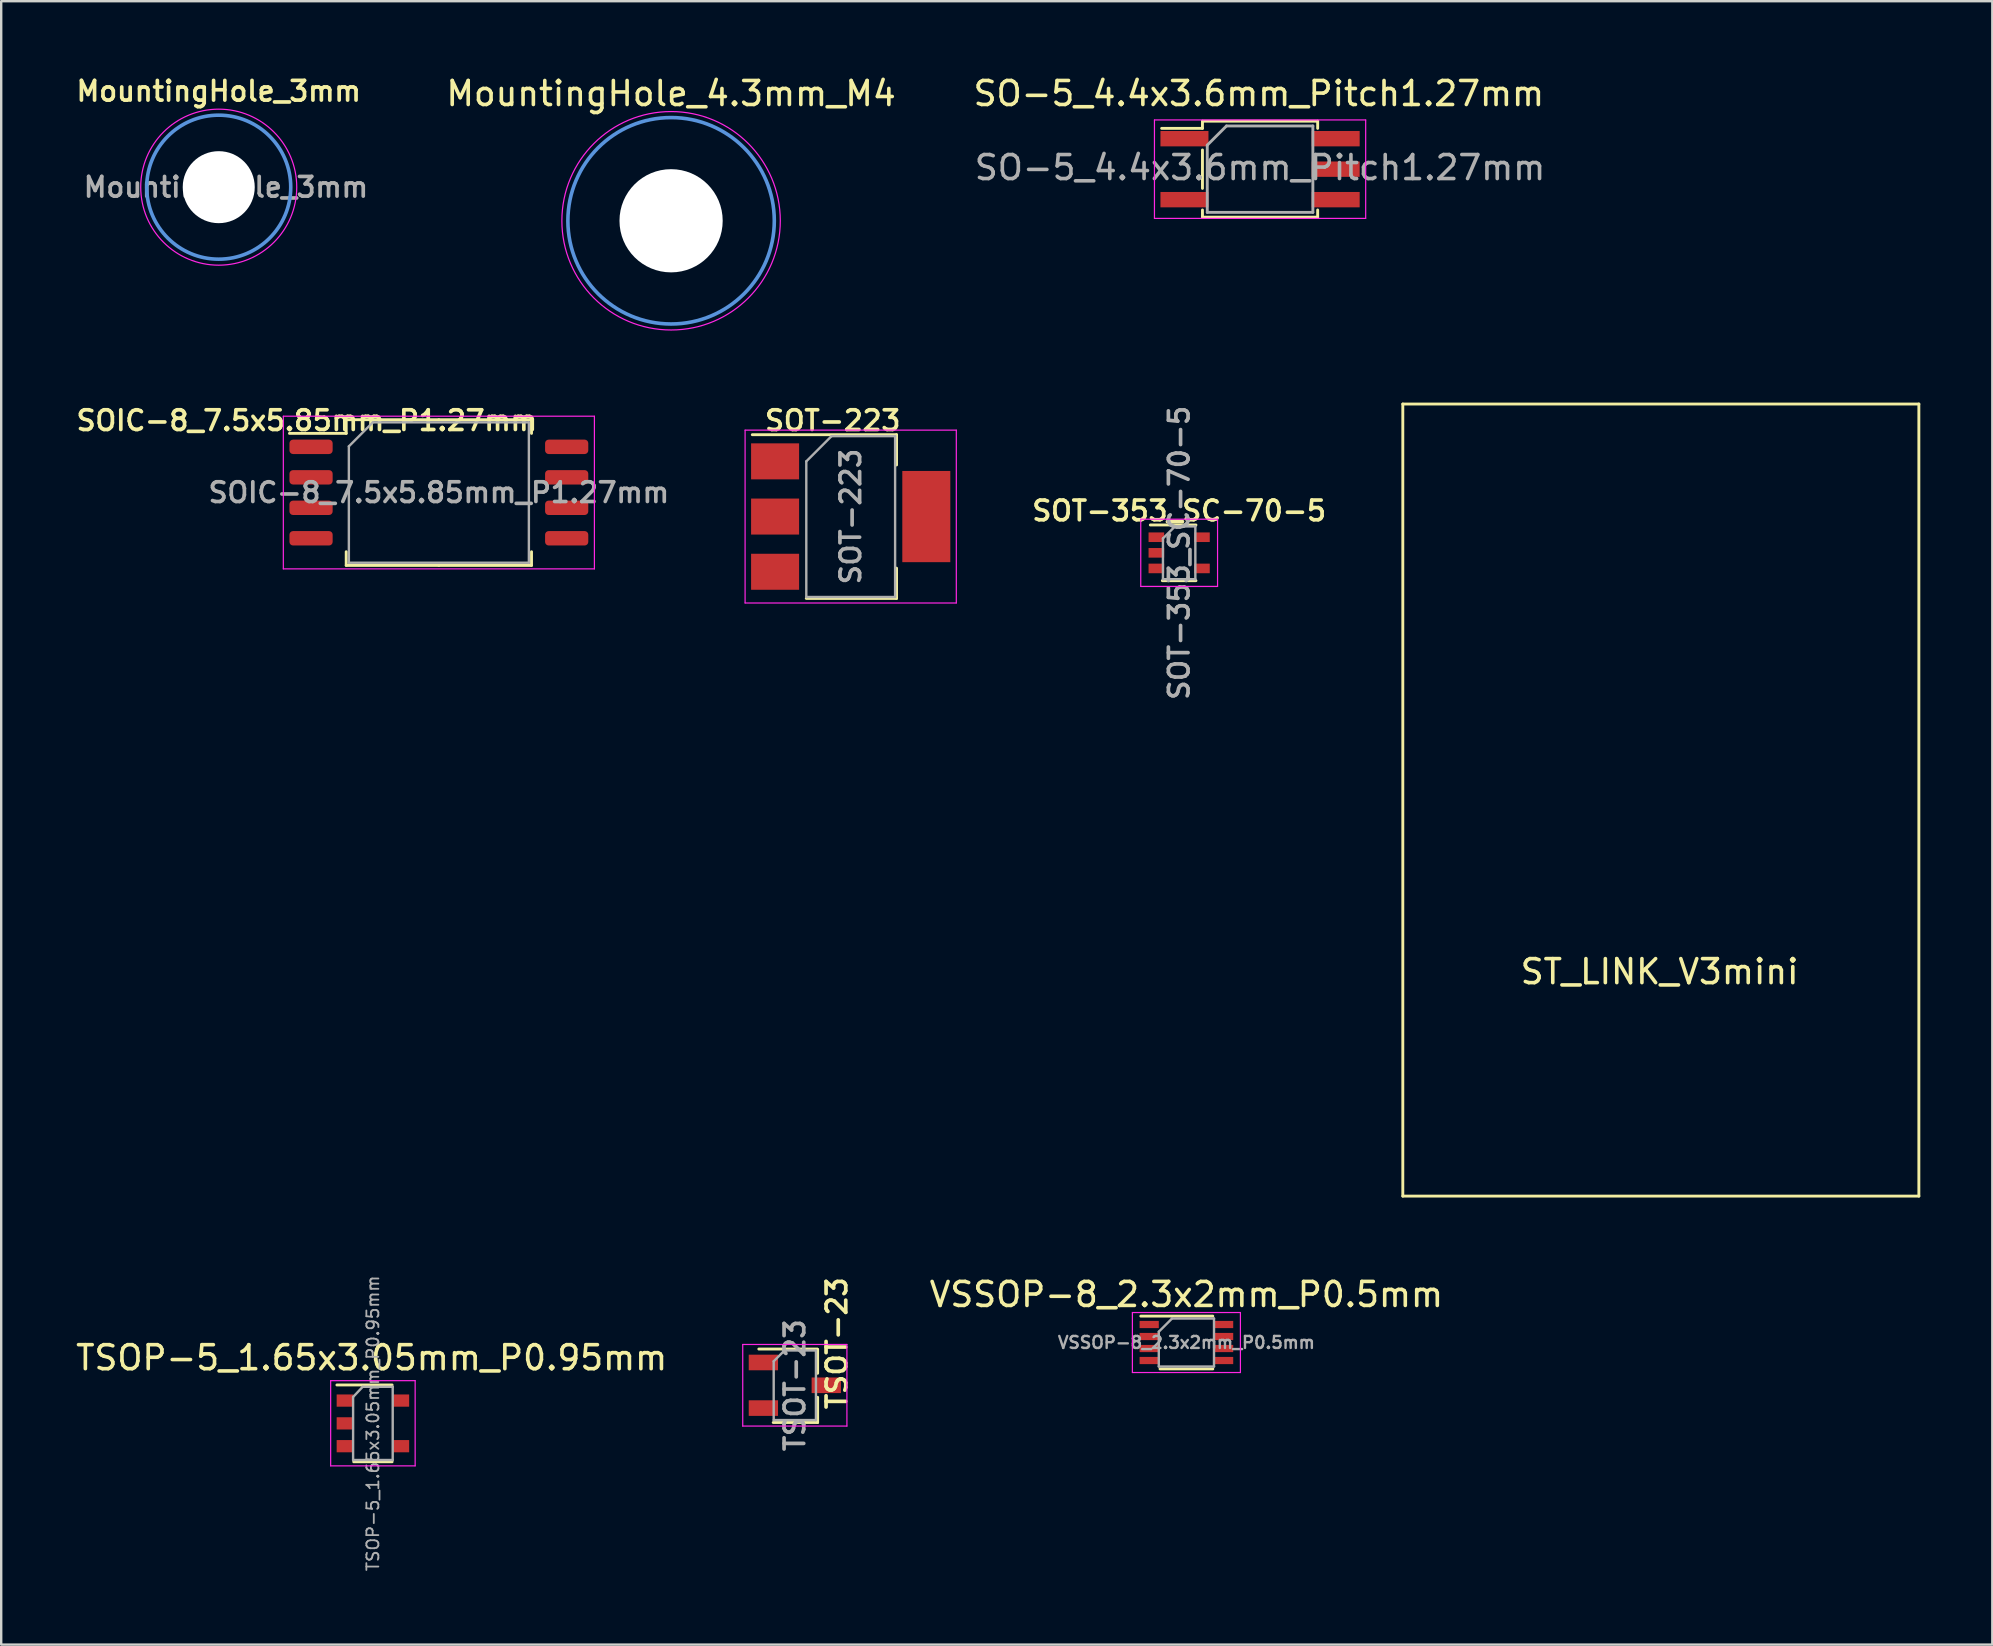
<source format=kicad_pcb>
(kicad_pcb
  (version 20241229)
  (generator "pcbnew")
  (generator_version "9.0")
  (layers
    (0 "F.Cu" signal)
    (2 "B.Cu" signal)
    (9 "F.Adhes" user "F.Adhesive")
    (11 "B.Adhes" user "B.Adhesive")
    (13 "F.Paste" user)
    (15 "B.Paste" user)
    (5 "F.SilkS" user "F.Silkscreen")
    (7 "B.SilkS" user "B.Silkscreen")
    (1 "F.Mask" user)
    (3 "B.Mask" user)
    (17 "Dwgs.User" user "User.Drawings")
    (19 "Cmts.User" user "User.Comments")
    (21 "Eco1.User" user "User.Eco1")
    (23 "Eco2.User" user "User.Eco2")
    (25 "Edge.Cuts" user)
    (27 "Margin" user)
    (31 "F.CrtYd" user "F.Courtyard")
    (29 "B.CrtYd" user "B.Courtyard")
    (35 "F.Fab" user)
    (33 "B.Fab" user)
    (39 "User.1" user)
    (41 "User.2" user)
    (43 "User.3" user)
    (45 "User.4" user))
  (footprint "SO-5_4.4x3.6mm_Pitch1.27mm"
    (layer "F.Cu")
    (at 49.447 3.998)
    (property "Reference" "SO-5_4.4x3.6mm_Pitch1.27mm" (at -0.05 -3.15 0) (layer "F.SilkS") (effects (font (size 1 1) (thickness 0.15))))
    (attr smd)
    (fp_line (start -2.4 -2) (end 2.4 -2) (stroke (width 0.12) (type solid)) (layer "F.SilkS"))
    (fp_line (start -2.4 -1.7) (end -4.1 -1.7) (stroke (width 0.12) (type solid)) (layer "F.SilkS"))
    (fp_line (start -2.4 -1.7) (end -2.4 -2) (stroke (width 0.12) (type solid)) (layer "F.SilkS"))
    (fp_line (start -2.4 0.8) (end -2.4 -0.8) (stroke (width 0.12) (type solid)) (layer "F.SilkS"))
    (fp_line (start -2.4 2) (end -2.4 1.7) (stroke (width 0.12) (type solid)) (layer "F.SilkS"))
    (fp_line (start 2.4 -2) (end 2.4 -1.7) (stroke (width 0.12) (type solid)) (layer "F.SilkS"))
    (fp_line (start 2.4 1.7) (end 2.4 2) (stroke (width 0.12) (type solid)) (layer "F.SilkS"))
    (fp_line (start 2.4 2) (end -2.4 2) (stroke (width 0.12) (type solid)) (layer "F.SilkS"))
    (fp_line (start -4.4 -2.05) (end -4.4 2.05) (stroke (width 0.05) (type solid)) (layer "F.CrtYd"))
    (fp_line (start -4.4 -2.05) (end 4.4 -2.05) (stroke (width 0.05) (type solid)) (layer "F.CrtYd"))
    (fp_line (start 4.4 2.05) (end -4.4 2.05) (stroke (width 0.05) (type solid)) (layer "F.CrtYd"))
    (fp_line (start 4.4 2.05) (end 4.4 -2.05) (stroke (width 0.05) (type solid)) (layer "F.CrtYd"))
    (fp_line (start -2.2 -1) (end -1.4 -1.8) (stroke (width 0.12) (type solid)) (layer "F.Fab"))
    (fp_line (start -2.2 1.8) (end -2.2 -1) (stroke (width 0.12) (type solid)) (layer "F.Fab"))
    (fp_line (start -1.4 -1.8) (end 2.2 -1.8) (stroke (width 0.12) (type solid)) (layer "F.Fab"))
    (fp_line (start 2.2 -1.8) (end 2.2 1.8) (stroke (width 0.12) (type solid)) (layer "F.Fab"))
    (fp_line (start 2.2 1.8) (end -2.2 1.8) (stroke (width 0.12) (type solid)) (layer "F.Fab"))
    (fp_text user "${REFERENCE}" (at 0 -0.065 0) (layer "F.Fab") (effects (font (size 1 1) (thickness 0.15))))
    (pad "1" smd rect (at -3.15 -1.27) (size 2 0.64) (layers "F.Cu" "F.Mask" "F.Paste"))
    (pad "3" smd rect (at -3.15 1.27) (size 2 0.64) (layers "F.Cu" "F.Mask" "F.Paste"))
    (pad "4" smd rect (at 3.15 1.27) (size 2 0.64) (layers "F.Cu" "F.Mask" "F.Paste"))
    (pad "5" smd rect (at 3.15 0) (size 2 0.64) (layers "F.Cu" "F.Mask" "F.Paste"))
    (pad "6" smd rect (at 3.15 -1.27) (size 2 0.64) (layers "F.Cu" "F.Mask" "F.Paste")))
  (footprint "SOIC-8_7.5x5.85mm_P1.27mm"
    (layer "F.Cu")
    (at 15.234 17.471)
    (property "Reference" "SOIC-8_7.5x5.85mm_P1.27mm" (at -5.5 -3 0) (layer "F.SilkS") (effects (font (size 0.82 0.82) (thickness 0.153))))
    (attr smd)
    (fp_line (start -3.86 -3.035) (end -3.86 -2.465) (stroke (width 0.12) (type solid)) (layer "F.SilkS"))
    (fp_line (start -3.86 -2.465) (end -6.225 -2.465) (stroke (width 0.12) (type solid)) (layer "F.SilkS"))
    (fp_line (start -3.86 3.035) (end -3.86 2.465) (stroke (width 0.12) (type solid)) (layer "F.SilkS"))
    (fp_line (start 0 -3.035) (end -3.86 -3.035) (stroke (width 0.12) (type solid)) (layer "F.SilkS"))
    (fp_line (start 0 -3.035) (end 3.86 -3.035) (stroke (width 0.12) (type solid)) (layer "F.SilkS"))
    (fp_line (start 0 3.035) (end -3.86 3.035) (stroke (width 0.12) (type solid)) (layer "F.SilkS"))
    (fp_line (start 0 3.035) (end 3.86 3.035) (stroke (width 0.12) (type solid)) (layer "F.SilkS"))
    (fp_line (start 3.86 -3.035) (end 3.86 -2.465) (stroke (width 0.12) (type solid)) (layer "F.SilkS"))
    (fp_line (start 3.86 3.035) (end 3.86 2.465) (stroke (width 0.12) (type solid)) (layer "F.SilkS"))
    (fp_line (start -6.48 -3.18) (end -6.48 3.18) (stroke (width 0.05) (type solid)) (layer "F.CrtYd"))
    (fp_line (start -6.48 3.18) (end 6.48 3.18) (stroke (width 0.05) (type solid)) (layer "F.CrtYd"))
    (fp_line (start 6.48 -3.18) (end -6.48 -3.18) (stroke (width 0.05) (type solid)) (layer "F.CrtYd"))
    (fp_line (start 6.48 3.18) (end 6.48 -3.18) (stroke (width 0.05) (type solid)) (layer "F.CrtYd"))
    (fp_line (start -3.75 -1.925) (end -2.75 -2.925) (stroke (width 0.1) (type solid)) (layer "F.Fab"))
    (fp_line (start -3.75 2.925) (end -3.75 -1.925) (stroke (width 0.1) (type solid)) (layer "F.Fab"))
    (fp_line (start -2.75 -2.925) (end 3.75 -2.925) (stroke (width 0.1) (type solid)) (layer "F.Fab"))
    (fp_line (start 3.75 -2.925) (end 3.75 2.925) (stroke (width 0.1) (type solid)) (layer "F.Fab"))
    (fp_line (start 3.75 2.925) (end -3.75 2.925) (stroke (width 0.1) (type solid)) (layer "F.Fab"))
    (fp_text user "${REFERENCE}" (at 0 0 0) (layer "F.Fab") (effects (font (size 0.82 0.82) (thickness 0.153))))
    (pad "1" smd roundrect (at -5.325 -1.905) (size 1.8 0.6) (layers "F.Cu" "F.Mask" "F.Paste") (roundrect_rratio 0.25))
    (pad "2" smd roundrect (at -5.325 -0.635) (size 1.8 0.6) (layers "F.Cu" "F.Mask" "F.Paste") (roundrect_rratio 0.25))
    (pad "3" smd roundrect (at -5.325 0.635) (size 1.8 0.6) (layers "F.Cu" "F.Mask" "F.Paste") (roundrect_rratio 0.25))
    (pad "4" smd roundrect (at -5.325 1.905) (size 1.8 0.6) (layers "F.Cu" "F.Mask" "F.Paste") (roundrect_rratio 0.25))
    (pad "5" smd roundrect (at 5.325 1.905) (size 1.8 0.6) (layers "F.Cu" "F.Mask" "F.Paste") (roundrect_rratio 0.25))
    (pad "6" smd roundrect (at 5.325 0.635) (size 1.8 0.6) (layers "F.Cu" "F.Mask" "F.Paste") (roundrect_rratio 0.25))
    (pad "7" smd roundrect (at 5.325 -0.635) (size 1.8 0.6) (layers "F.Cu" "F.Mask" "F.Paste") (roundrect_rratio 0.25))
    (pad "8" smd roundrect (at 5.325 -1.905) (size 1.8 0.6) (layers "F.Cu" "F.Mask" "F.Paste") (roundrect_rratio 0.25)))
  (footprint "TSOT-23"
    (layer "F.Cu")
    (at 30.064 54.664)
    (property "Reference" "TSOT-23" (at 1.75 -1.75 270) (layer "F.SilkS") (effects (font (size 0.82 0.82) (thickness 0.153))))
    (attr smd)
    (fp_line (start 0.93 -1.51) (end -1.5 -1.51) (stroke (width 0.12) (type solid)) (layer "F.SilkS"))
    (fp_line (start 0.95 -1.5) (end 0.95 -0.5) (stroke (width 0.12) (type solid)) (layer "F.SilkS"))
    (fp_line (start 0.95 0.5) (end 0.95 1.55) (stroke (width 0.12) (type solid)) (layer "F.SilkS"))
    (fp_line (start 0.95 1.55) (end -0.9 1.55) (stroke (width 0.12) (type solid)) (layer "F.SilkS"))
    (fp_line (start -2.17 -1.7) (end -2.17 1.7) (stroke (width 0.05) (type solid)) (layer "F.CrtYd"))
    (fp_line (start -2.17 -1.7) (end 2.17 -1.7) (stroke (width 0.05) (type solid)) (layer "F.CrtYd"))
    (fp_line (start 2.17 1.7) (end -2.17 1.7) (stroke (width 0.05) (type solid)) (layer "F.CrtYd"))
    (fp_line (start 2.17 1.7) (end 2.17 -1.7) (stroke (width 0.05) (type solid)) (layer "F.CrtYd"))
    (fp_line (start -0.88 -1) (end -0.88 1.45) (stroke (width 0.1) (type solid)) (layer "F.Fab"))
    (fp_line (start -0.88 -1) (end -0.43 -1.45) (stroke (width 0.1) (type solid)) (layer "F.Fab"))
    (fp_line (start 0.88 -1.45) (end -0.43 -1.45) (stroke (width 0.1) (type solid)) (layer "F.Fab"))
    (fp_line (start 0.88 -1.45) (end 0.88 1.45) (stroke (width 0.1) (type solid)) (layer "F.Fab"))
    (fp_line (start 0.88 1.45) (end -0.88 1.45) (stroke (width 0.1) (type solid)) (layer "F.Fab"))
    (fp_text user "${REFERENCE}" (at 0 0 270) (layer "F.Fab") (effects (font (size 0.82 0.82) (thickness 0.153))))
    (pad "1" smd rect (at -1.31 -0.95) (size 1.22 0.65) (layers "F.Cu" "F.Mask" "F.Paste"))
    (pad "2" smd rect (at -1.31 0.95) (size 1.22 0.65) (layers "F.Cu" "F.Mask" "F.Paste"))
    (pad "3" smd rect (at 1.31 0) (size 1.22 0.65) (layers "F.Cu" "F.Mask" "F.Paste")))
  (footprint "SOT-353_SC-70-5"
    (layer "F.Cu")
    (at 46.076 19.982)
    (property "Reference" "SOT-353_SC-70-5" (at 0 -1.75 0) (layer "F.SilkS") (effects (font (size 0.82 0.82) (thickness 0.153))))
    (attr smd)
    (fp_line (start -0.7 1.16) (end 0.7 1.16) (stroke (width 0.12) (type solid)) (layer "F.SilkS"))
    (fp_line (start 0.7 -1.16) (end -1.2 -1.16) (stroke (width 0.12) (type solid)) (layer "F.SilkS"))
    (fp_line (start -1.6 -1.4) (end -1.6 1.4) (stroke (width 0.05) (type solid)) (layer "F.CrtYd"))
    (fp_line (start -1.6 -1.4) (end 1.6 -1.4) (stroke (width 0.05) (type solid)) (layer "F.CrtYd"))
    (fp_line (start -1.6 1.4) (end 1.6 1.4) (stroke (width 0.05) (type solid)) (layer "F.CrtYd"))
    (fp_line (start 1.6 1.4) (end 1.6 -1.4) (stroke (width 0.05) (type solid)) (layer "F.CrtYd"))
    (fp_line (start -0.675 -0.6) (end -0.675 1.1) (stroke (width 0.1) (type solid)) (layer "F.Fab"))
    (fp_line (start -0.175 -1.1) (end -0.675 -0.6) (stroke (width 0.1) (type solid)) (layer "F.Fab"))
    (fp_line (start 0.675 -1.1) (end -0.175 -1.1) (stroke (width 0.1) (type solid)) (layer "F.Fab"))
    (fp_line (start 0.675 -1.1) (end 0.675 1.1) (stroke (width 0.1) (type solid)) (layer "F.Fab"))
    (fp_line (start 0.675 1.1) (end -0.675 1.1) (stroke (width 0.1) (type solid)) (layer "F.Fab"))
    (fp_text user "${REFERENCE}" (at 0 0 270) (layer "F.Fab") (effects (font (size 0.82 0.82) (thickness 0.153))))
    (pad "1" smd rect (at -0.95 -0.65) (size 0.65 0.4) (layers "F.Cu" "F.Mask" "F.Paste"))
    (pad "2" smd rect (at -0.95 0) (size 0.65 0.4) (layers "F.Cu" "F.Mask" "F.Paste"))
    (pad "3" smd rect (at -0.95 0.65) (size 0.65 0.4) (layers "F.Cu" "F.Mask" "F.Paste"))
    (pad "4" smd rect (at 0.95 0.65) (size 0.65 0.4) (layers "F.Cu" "F.Mask" "F.Paste"))
    (pad "5" smd rect (at 0.95 -0.65) (size 0.65 0.4) (layers "F.Cu" "F.Mask" "F.Paste")))
  (footprint "ST_LINK_V3mini"
    (layer "F.Cu")
    (at 66.144 46.783)
    (property "Reference" "ST_LINK_V3mini" (at -0.05 -9.35 0) (layer "F.SilkS") (effects (font (size 1 1) (thickness 0.15))))
    (attr through_hole)
    (fp_line (start -10.75 -33) (end -10.75 0) (stroke (width 0.12) (type solid)) (layer "F.SilkS"))
    (fp_line (start -10.75 0) (end 10.75 0) (stroke (width 0.12) (type solid)) (layer "F.SilkS"))
    (fp_line (start 10.75 -33) (end -10.75 -33) (stroke (width 0.12) (type solid)) (layer "F.SilkS"))
    (fp_line (start 10.75 0) (end 10.75 -33) (stroke (width 0.12) (type solid)) (layer "F.SilkS")))
  (footprint "TSOP-5_1.65x3.05mm_P0.95mm"
    (layer "F.Cu")
    (at 12.486 56.251)
    (property "Reference" "TSOP-5_1.65x3.05mm_P0.95mm" (at -0.051 -2.734 0) (layer "F.SilkS") (effects (font (size 1 1) (thickness 0.15))))
    (attr smd)
    (fp_line (start -0.8 1.6) (end 0.8 1.6) (stroke (width 0.12) (type solid)) (layer "F.SilkS"))
    (fp_line (start 0.8 -1.6) (end -1.5 -1.6) (stroke (width 0.12) (type solid)) (layer "F.SilkS"))
    (fp_line (start -1.76 -1.78) (end -1.76 1.77) (stroke (width 0.05) (type solid)) (layer "F.CrtYd"))
    (fp_line (start -1.76 -1.78) (end 1.76 -1.78) (stroke (width 0.05) (type solid)) (layer "F.CrtYd"))
    (fp_line (start 1.76 1.77) (end -1.76 1.77) (stroke (width 0.05) (type solid)) (layer "F.CrtYd"))
    (fp_line (start 1.76 1.77) (end 1.76 -1.78) (stroke (width 0.05) (type solid)) (layer "F.CrtYd"))
    (fp_line (start -0.825 -1.1) (end -0.825 1.525) (stroke (width 0.1) (type solid)) (layer "F.Fab"))
    (fp_line (start -0.825 -1.1) (end -0.425 -1.525) (stroke (width 0.1) (type solid)) (layer "F.Fab"))
    (fp_line (start 0.825 -1.525) (end -0.425 -1.525) (stroke (width 0.1) (type solid)) (layer "F.Fab"))
    (fp_line (start 0.825 -1.525) (end 0.825 1.525) (stroke (width 0.1) (type solid)) (layer "F.Fab"))
    (fp_line (start 0.825 1.525) (end -0.825 1.525) (stroke (width 0.1) (type solid)) (layer "F.Fab"))
    (fp_text user "${REFERENCE}" (at 0 0 90) (layer "F.Fab") (effects (font (size 0.5 0.5) (thickness 0.075))))
    (pad "1" smd rect (at -1.16 -0.95) (size 0.7 0.51) (layers "F.Cu" "F.Mask" "F.Paste"))
    (pad "2" smd rect (at -1.16 0) (size 0.7 0.51) (layers "F.Cu" "F.Mask" "F.Paste"))
    (pad "3" smd rect (at -1.16 0.95) (size 0.7 0.51) (layers "F.Cu" "F.Mask" "F.Paste"))
    (pad "4" smd rect (at 1.16 0.95) (size 0.7 0.51) (layers "F.Cu" "F.Mask" "F.Paste"))
    (pad "5" smd rect (at 1.16 -0.95) (size 0.7 0.51) (layers "F.Cu" "F.Mask" "F.Paste")))
  (footprint "MountingHole_3mm"
    (layer "F.Cu")
    (at 6.063 4.748)
    (property "Reference" "MountingHole_3mm" (at 0 -4 0) (layer "F.SilkS") (effects (font (size 0.82 0.82) (thickness 0.153))))
    (attr exclude_from_pos_files exclude_from_bom)
    (fp_circle (center 0 0) (end 3 0) (stroke (width 0.15) (type solid)) (fill no) (layer "Cmts.User"))
    (fp_circle (center 0 0) (end 3.25 0) (stroke (width 0.05) (type solid)) (fill no) (layer "F.CrtYd"))
    (fp_text user "${REFERENCE}" (at 0.3 0 0) (layer "F.Fab") (effects (font (size 0.82 0.82) (thickness 0.153))))
    (pad "" np_thru_hole circle (at 0 0) (size 3 3) (drill 3) (layers "*.Cu" "*.Mask")))
  (footprint "SOT-223"
    (layer "F.Cu")
    (at 32.392 18.471)
    (property "Reference" "SOT-223" (at -0.75 -4 0) (layer "F.SilkS") (effects (font (size 0.82 0.82) (thickness 0.153))))
    (attr smd)
    (fp_line (start -4.1 -3.41) (end 1.91 -3.41) (stroke (width 0.12) (type solid)) (layer "F.SilkS"))
    (fp_line (start -1.85 3.41) (end 1.91 3.41) (stroke (width 0.12) (type solid)) (layer "F.SilkS"))
    (fp_line (start 1.91 -3.41) (end 1.91 -2.15) (stroke (width 0.12) (type solid)) (layer "F.SilkS"))
    (fp_line (start 1.91 3.41) (end 1.91 2.15) (stroke (width 0.12) (type solid)) (layer "F.SilkS"))
    (fp_line (start -4.4 -3.6) (end -4.4 3.6) (stroke (width 0.05) (type solid)) (layer "F.CrtYd"))
    (fp_line (start -4.4 3.6) (end 4.4 3.6) (stroke (width 0.05) (type solid)) (layer "F.CrtYd"))
    (fp_line (start 4.4 -3.6) (end -4.4 -3.6) (stroke (width 0.05) (type solid)) (layer "F.CrtYd"))
    (fp_line (start 4.4 3.6) (end 4.4 -3.6) (stroke (width 0.05) (type solid)) (layer "F.CrtYd"))
    (fp_line (start -1.85 -2.3) (end -1.85 3.35) (stroke (width 0.1) (type solid)) (layer "F.Fab"))
    (fp_line (start -1.85 -2.3) (end -0.8 -3.35) (stroke (width 0.1) (type solid)) (layer "F.Fab"))
    (fp_line (start -1.85 3.35) (end 1.85 3.35) (stroke (width 0.1) (type solid)) (layer "F.Fab"))
    (fp_line (start -0.8 -3.35) (end 1.85 -3.35) (stroke (width 0.1) (type solid)) (layer "F.Fab"))
    (fp_line (start 1.85 -3.35) (end 1.85 3.35) (stroke (width 0.1) (type solid)) (layer "F.Fab"))
    (fp_text user "${REFERENCE}" (at 0 0 90) (layer "F.Fab") (effects (font (size 0.82 0.82) (thickness 0.153))))
    (pad "1" smd rect (at -3.15 -2.3) (size 2 1.5) (layers "F.Cu" "F.Mask" "F.Paste"))
    (pad "2" smd rect (at -3.15 0) (size 2 1.5) (layers "F.Cu" "F.Mask" "F.Paste"))
    (pad "3" smd rect (at -3.15 2.3) (size 2 1.5) (layers "F.Cu" "F.Mask" "F.Paste"))
    (pad "4" smd rect (at 3.15 0) (size 2 3.8) (layers "F.Cu" "F.Mask" "F.Paste")))
  (footprint "VSSOP-8_2.3x2mm_P0.5mm"
    (layer "F.Cu")
    (at 46.378 52.882)
    (property "Reference" "VSSOP-8_2.3x2mm_P0.5mm" (at 0 -2 0) (layer "F.SilkS") (effects (font (size 1 1) (thickness 0.15))))
    (attr smd)
    (fp_line (start 1.1 -1.1) (end -1.9 -1.1) (stroke (width 0.12) (type solid)) (layer "F.SilkS"))
    (fp_line (start 1.1 1.1) (end -1.1 1.1) (stroke (width 0.12) (type solid)) (layer "F.SilkS"))
    (fp_line (start -2.25 -1.25) (end 2.25 -1.25) (stroke (width 0.05) (type solid)) (layer "F.CrtYd"))
    (fp_line (start -2.25 1.25) (end -2.25 -1.25) (stroke (width 0.05) (type solid)) (layer "F.CrtYd"))
    (fp_line (start 2.25 -1.25) (end 2.25 1.25) (stroke (width 0.05) (type solid)) (layer "F.CrtYd"))
    (fp_line (start 2.25 1.25) (end -2.25 1.25) (stroke (width 0.05) (type solid)) (layer "F.CrtYd"))
    (fp_line (start -1.15 1) (end -1.15 -0.45) (stroke (width 0.1) (type solid)) (layer "F.Fab"))
    (fp_line (start -0.6 -1) (end -1.15 -0.45) (stroke (width 0.1) (type solid)) (layer "F.Fab"))
    (fp_line (start -0.6 -1) (end 1.15 -1) (stroke (width 0.1) (type solid)) (layer "F.Fab"))
    (fp_line (start 1.15 -1) (end 1.15 1) (stroke (width 0.1) (type solid)) (layer "F.Fab"))
    (fp_line (start 1.15 1) (end -1.15 1) (stroke (width 0.1) (type solid)) (layer "F.Fab"))
    (fp_text user "${REFERENCE}" (at 0 0 0) (layer "F.Fab") (effects (font (size 0.5 0.5) (thickness 0.1))))
    (pad "1" smd rect (at -1.55 -0.75 270) (size 0.3 0.8) (layers "F.Cu" "F.Mask" "F.Paste"))
    (pad "2" smd rect (at -1.55 -0.25 270) (size 0.3 0.8) (layers "F.Cu" "F.Mask" "F.Paste"))
    (pad "3" smd rect (at -1.55 0.25 270) (size 0.3 0.8) (layers "F.Cu" "F.Mask" "F.Paste"))
    (pad "4" smd rect (at -1.55 0.75 270) (size 0.3 0.8) (layers "F.Cu" "F.Mask" "F.Paste"))
    (pad "5" smd rect (at 1.55 0.75 270) (size 0.3 0.8) (layers "F.Cu" "F.Mask" "F.Paste"))
    (pad "6" smd rect (at 1.55 0.25 270) (size 0.3 0.8) (layers "F.Cu" "F.Mask" "F.Paste"))
    (pad "7" smd rect (at 1.55 -0.25 270) (size 0.3 0.8) (layers "F.Cu" "F.Mask" "F.Paste"))
    (pad "8" smd rect (at 1.55 -0.75 270) (size 0.3 0.8) (layers "F.Cu" "F.Mask" "F.Paste")))
  (footprint "MountingHole_4.3mm_M4"
    (layer "F.Cu")
    (at 24.909 6.148)
    (property "Reference" "MountingHole_4.3mm_M4" (at 0 -5.3 0) (layer "F.SilkS") (effects (font (size 1 1) (thickness 0.15))))
    (attr exclude_from_pos_files exclude_from_bom)
    (fp_circle (center 0 0) (end 4.3 0) (stroke (width 0.15) (type solid)) (fill no) (layer "Cmts.User"))
    (fp_circle (center 0 0) (end 4.55 0) (stroke (width 0.05) (type solid)) (fill no) (layer "F.CrtYd"))
    (pad "" np_thru_hole circle (at 0 0) (size 4.3 4.3) (drill 4.3) (layers "*.Cu" "*.Mask")))
  (gr_rect
    (start -3 -3)
    (end 79.954 65.468)
    (stroke (width 0.1) (type default))
    (fill no)
    (layer "Edge.Cuts")))
</source>
